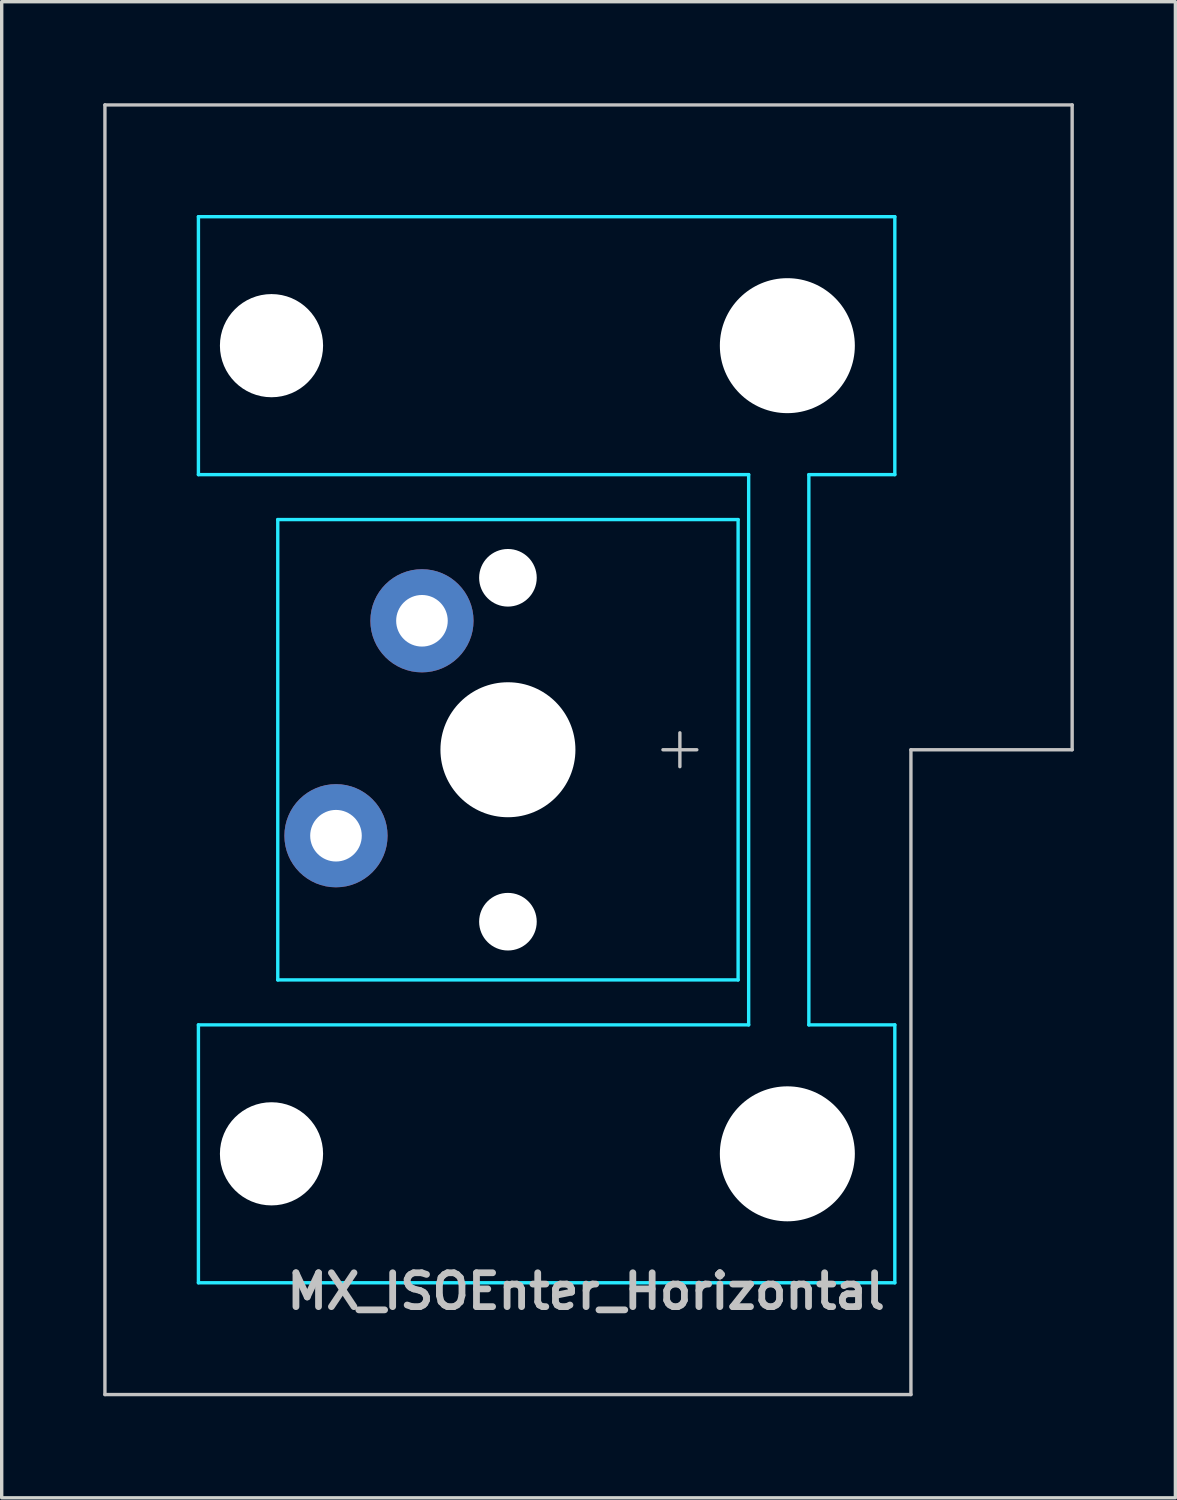
<source format=kicad_pcb>
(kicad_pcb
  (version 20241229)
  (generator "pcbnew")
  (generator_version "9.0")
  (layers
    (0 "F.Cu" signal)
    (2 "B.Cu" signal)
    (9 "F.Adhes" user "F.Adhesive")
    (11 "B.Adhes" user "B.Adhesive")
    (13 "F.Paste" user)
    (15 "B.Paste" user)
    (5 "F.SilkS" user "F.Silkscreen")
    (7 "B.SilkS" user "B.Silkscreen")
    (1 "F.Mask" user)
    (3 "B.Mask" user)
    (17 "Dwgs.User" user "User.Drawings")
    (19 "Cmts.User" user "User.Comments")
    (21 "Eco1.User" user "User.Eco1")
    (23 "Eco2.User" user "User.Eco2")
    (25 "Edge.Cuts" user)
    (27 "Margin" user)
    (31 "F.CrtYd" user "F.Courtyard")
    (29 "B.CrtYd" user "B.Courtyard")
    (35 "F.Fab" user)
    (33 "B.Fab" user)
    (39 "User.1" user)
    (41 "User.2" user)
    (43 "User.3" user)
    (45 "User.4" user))
  (footprint "MX_ISOEnter_Horizontal"
    (layer "F.Cu")
    (at 11.956 19.1)
    (property "Reference" "MX_ISOEnter_Horizontal" (at 11.25 16 0) (layer "Dwgs.User") (effects (font (size 1 1) (thickness 0.2)) (justify right)))
    (fp_line (start -11.906 19.05) (end -11.906 -19.05) (stroke (width 0.1) (type solid)) (layer "Dwgs.User"))
    (fp_line (start 4.58 0) (end 5.58 0) (stroke (width 0.1) (type solid)) (layer "Dwgs.User"))
    (fp_line (start 5.08 0.5) (end 5.08 -0.5) (stroke (width 0.1) (type solid)) (layer "Dwgs.User"))
    (fp_line (start 11.906 19.05) (end -11.906 19.05) (stroke (width 0.1) (type solid)) (layer "Dwgs.User"))
    (fp_line (start 11.906 19.05) (end 11.906 0) (stroke (width 0.1) (type solid)) (layer "Dwgs.User"))
    (fp_line (start 16.669 -19.05) (end -11.906 -19.05) (stroke (width 0.1) (type solid)) (layer "Dwgs.User"))
    (fp_line (start 16.669 0) (end 11.906 0) (stroke (width 0.1) (type solid)) (layer "Dwgs.User"))
    (fp_line (start 16.669 0) (end 16.669 -19.05) (stroke (width 0.1) (type solid)) (layer "Dwgs.User"))
    (fp_line (start -7 -6.5) (end -7 6.5) (stroke (width 0.1) (type solid)) (layer "Eco1.User"))
    (fp_line (start -6.5 7) (end 6.5 7) (stroke (width 0.1) (type solid)) (layer "Eco1.User"))
    (fp_line (start -5.985 -8.938) (end -5.985 -14.938) (stroke (width 0.1) (type solid)) (layer "Eco1.User"))
    (fp_line (start -5.985 14.938) (end -5.985 8.938) (stroke (width 0.1) (type solid)) (layer "Eco1.User"))
    (fp_line (start -5.485 -8.438) (end 8.515 -8.438) (stroke (width 0.1) (type solid)) (layer "Eco1.User"))
    (fp_line (start -5.485 15.438) (end 8.515 15.438) (stroke (width 0.1) (type solid)) (layer "Eco1.User"))
    (fp_line (start 6.5 -7) (end -6.5 -7) (stroke (width 0.1) (type solid)) (layer "Eco1.User"))
    (fp_line (start 7 6.5) (end 7 -6.5) (stroke (width 0.1) (type solid)) (layer "Eco1.User"))
    (fp_line (start 8.515 -15.438) (end -5.485 -15.438) (stroke (width 0.1) (type solid)) (layer "Eco1.User"))
    (fp_line (start 8.515 8.438) (end -5.485 8.438) (stroke (width 0.1) (type solid)) (layer "Eco1.User"))
    (fp_line (start 9.015 -14.938) (end 9.015 -8.938) (stroke (width 0.1) (type solid)) (layer "Eco1.User"))
    (fp_line (start 9.015 8.938) (end 9.015 14.938) (stroke (width 0.1) (type solid)) (layer "Eco1.User"))
    (fp_arc (start -7 -6.5) (mid -6.853553 -6.853553) (end -6.5 -7) (stroke (width 0.1) (type solid)) (layer "Eco1.User"))
    (fp_arc (start -6.5 7) (mid -6.853553 6.853553) (end -7 6.5) (stroke (width 0.1) (type solid)) (layer "Eco1.User"))
    (fp_arc (start -5.985 -14.938) (mid -5.838553 -15.291553) (end -5.485 -15.438) (stroke (width 0.1) (type solid)) (layer "Eco1.User"))
    (fp_arc (start -5.985 8.938) (mid -5.838553 8.584447) (end -5.485 8.438) (stroke (width 0.1) (type solid)) (layer "Eco1.User"))
    (fp_arc (start -5.485 -8.438) (mid -5.838553 -8.584447) (end -5.985 -8.938) (stroke (width 0.1) (type solid)) (layer "Eco1.User"))
    (fp_arc (start -5.485 15.438) (mid -5.838553 15.291553) (end -5.985 14.938) (stroke (width 0.1) (type solid)) (layer "Eco1.User"))
    (fp_arc (start 6.5 -7) (mid 6.853553 -6.853553) (end 7 -6.5) (stroke (width 0.1) (type solid)) (layer "Eco1.User"))
    (fp_arc (start 7 6.5) (mid 6.853553 6.853553) (end 6.5 7) (stroke (width 0.1) (type solid)) (layer "Eco1.User"))
    (fp_arc (start 8.515 -15.438) (mid 8.868553 -15.291553) (end 9.015 -14.938) (stroke (width 0.1) (type solid)) (layer "Eco1.User"))
    (fp_arc (start 8.515 8.438) (mid 8.868553 8.584447) (end 9.015 8.938) (stroke (width 0.1) (type solid)) (layer "Eco1.User"))
    (fp_arc (start 9.015 -8.938) (mid 8.868553 -8.584447) (end 8.515 -8.438) (stroke (width 0.1) (type solid)) (layer "Eco1.User"))
    (fp_arc (start 9.015 14.938) (mid 8.868553 15.291553) (end 8.515 15.438) (stroke (width 0.1) (type solid)) (layer "Eco1.User"))
    (fp_line (start -9.144 -15.748) (end 11.43 -15.748) (stroke (width 0.1) (type solid)) (layer "B.CrtYd"))
    (fp_line (start -9.144 -8.128) (end -9.144 -15.748) (stroke (width 0.1) (type solid)) (layer "B.CrtYd"))
    (fp_line (start -9.144 -8.128) (end 7.112 -8.128) (stroke (width 0.1) (type solid)) (layer "B.CrtYd"))
    (fp_line (start -9.144 8.128) (end 7.112 8.128) (stroke (width 0.1) (type solid)) (layer "B.CrtYd"))
    (fp_line (start -9.144 15.748) (end -9.144 8.128) (stroke (width 0.1) (type solid)) (layer "B.CrtYd"))
    (fp_line (start -6.8 -6.8) (end -6.8 6.8) (stroke (width 0.1) (type solid)) (layer "B.CrtYd"))
    (fp_line (start 6.8 -6.8) (end -6.8 -6.8) (stroke (width 0.1) (type solid)) (layer "B.CrtYd"))
    (fp_line (start 6.8 -6.8) (end 6.8 6.8) (stroke (width 0.1) (type solid)) (layer "B.CrtYd"))
    (fp_line (start 6.8 6.8) (end -6.8 6.8) (stroke (width 0.1) (type solid)) (layer "B.CrtYd"))
    (fp_line (start 7.112 8.128) (end 7.112 -8.128) (stroke (width 0.1) (type solid)) (layer "B.CrtYd"))
    (fp_line (start 8.89 8.128) (end 8.89 -8.128) (stroke (width 0.1) (type solid)) (layer "B.CrtYd"))
    (fp_line (start 11.43 -15.748) (end 11.43 -8.128) (stroke (width 0.1) (type solid)) (layer "B.CrtYd"))
    (fp_line (start 11.43 -8.128) (end 8.89 -8.128) (stroke (width 0.1) (type solid)) (layer "B.CrtYd"))
    (fp_line (start 11.43 8.128) (end 8.89 8.128) (stroke (width 0.1) (type solid)) (layer "B.CrtYd"))
    (fp_line (start 11.43 8.128) (end 11.43 15.748) (stroke (width 0.1) (type solid)) (layer "B.CrtYd"))
    (fp_line (start 11.43 15.748) (end -9.144 15.748) (stroke (width 0.1) (type solid)) (layer "B.CrtYd"))
    (pad "" np_thru_hole circle (at -6.985 -11.938 90) (size 3.048 3.048) (drill 3.048) (layers "*.Cu" "*.Mask"))
    (pad "" smd circle (at -6.985 -11.938 90) (size 3.988 3.988) (layers "F.Mask"))
    (pad "" np_thru_hole circle (at -6.985 11.938 90) (size 3.048 3.048) (drill 3.048) (layers "*.Cu" "*.Mask"))
    (pad "" smd circle (at -6.985 11.938 90) (size 3.988 3.988) (layers "F.Mask"))
    (pad "" np_thru_hole circle (at 0 -5.08 90) (size 1.702 1.702) (drill 1.702) (layers "*.Cu" "*.Mask"))
    (pad "" np_thru_hole circle (at 0 0 90) (size 3.988 3.988) (drill 3.988) (layers "*.Cu" "*.Mask"))
    (pad "" np_thru_hole circle (at 0 5.08 90) (size 1.702 1.702) (drill 1.702) (layers "*.Cu" "*.Mask"))
    (pad "" np_thru_hole circle (at 8.255 -11.938 90) (size 3.988 3.988) (drill 3.988) (layers "*.Cu" "*.Mask"))
    (pad "" np_thru_hole circle (at 8.255 11.938 90) (size 3.988 3.988) (drill 3.988) (layers "*.Cu" "*.Mask"))
    (pad "1" thru_hole circle (at -5.08 2.54 90) (size 3.048 3.048) (drill 1.524) (layers "*.Cu" "*.Mask"))
    (pad "2" thru_hole circle (at -2.54 -3.81 90) (size 3.048 3.048) (drill 1.524) (layers "*.Cu" "*.Mask")))
  (gr_rect
    (start -3 -3)
    (end 31.675 41.2)
    (stroke (width 0.1) (type default))
    (fill no)
    (layer "Edge.Cuts")))
</source>
